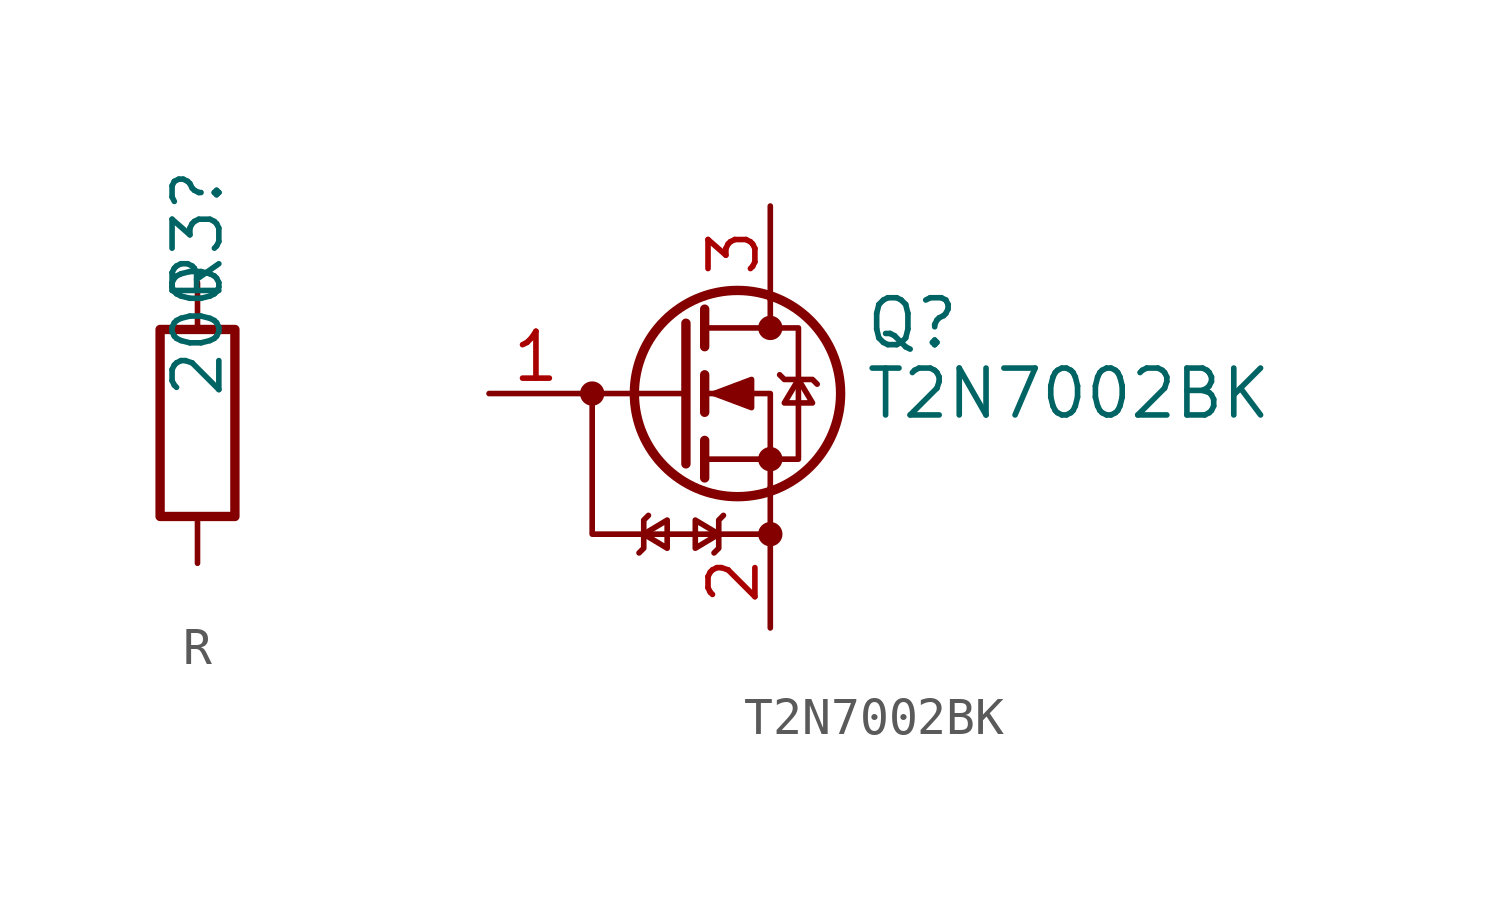
<source format=kicad_sym>
(kicad_symbol_lib
  (version 20231120)
  (generator "kicad_symbol_editor")
  (generator_version "8.0")
  (symbol "R"
    (pin_numbers hide)
    (pin_names
      (offset 0))
    (property "Reference" "R3"
      (at 0 5.08 90)
      (effects (font (size 1.27 1.27))))
    (property "Value" "200"
      (at 0 2.54 90)
      (effects (font (size 1.27 1.27))))
    (symbol "R_0_1"
      (rectangle (start -1.016 -2.54) (end 1.016 2.54) (stroke (width 0.254) (type default)) (fill (type none))))
    (symbol "R_1_1"
      (pin passive line (at 0 3.81 270) (length 1.27) (name "~" (effects (font (size 1.27 1.27)))) (number "1" (effects (font (size 1.27 1.27)))))
      (pin power_out line (at 0 -3.81 90) (length 1.27) (name "~" (effects (font (size 1.27 1.27)))) (number "2" (effects (font (size 1.27 1.27)))))))
  (symbol "T2N7002BK"
    (pin_names
      (offset 0) hide)
    (property "Reference" "Q"
      (at 5.08 1.905 0)
      (effects (font (size 1.27 1.27)) (justify left)))
    (property "Value" "T2N7002BK"
      (at 5.08 0 0)
      (effects (font (size 1.27 1.27)) (justify left)))
    (symbol "T2N7002BK_0_1"
      (polyline (pts (xy 2.54 -3.81) (xy 2.54 -2.54)) (stroke (width 0) (type default)) (fill (type none)))
      (polyline (pts (xy 2.54 -3.81) (xy -2.286 -3.81) (xy -2.286 0)) (stroke (width 0) (type default)) (fill (type none))))
    (symbol "T2N7002BK_1_1"
      (circle (center -2.286 0) (radius 0.254) (stroke (width 0) (type default)) (fill (type outline)))
      (polyline (pts (xy 0.254 0) (xy -2.54 0)) (stroke (width 0) (type default)) (fill (type none)))
      (polyline (pts (xy 0.254 1.905) (xy 0.254 -1.905)) (stroke (width 0.254) (type default)) (fill (type none)))
      (polyline (pts (xy 0.762 -1.27) (xy 0.762 -2.286)) (stroke (width 0.254) (type default)) (fill (type none)))
      (polyline (pts (xy 0.762 0.508) (xy 0.762 -0.508)) (stroke (width 0.254) (type default)) (fill (type none)))
      (polyline (pts (xy 0.762 2.286) (xy 0.762 1.27)) (stroke (width 0.254) (type default)) (fill (type none)))
      (polyline (pts (xy 2.54 2.54) (xy 2.54 1.778)) (stroke (width 0) (type default)) (fill (type none)))
      (polyline (pts (xy 2.54 -2.54) (xy 2.54 0) (xy 0.762 0)) (stroke (width 0) (type default)) (fill (type none)))
      (polyline (pts (xy -1.016 -4.318) (xy -0.889 -4.191) (xy -0.889 -3.429) (xy -0.762 -3.302)) (stroke (width 0) (type default)) (fill (type none)))
      (polyline (pts (xy -0.889 -3.81) (xy -0.254 -4.191) (xy -0.254 -3.429) (xy -0.889 -3.81)) (stroke (width 0) (type default)) (fill (type none)))
      (polyline (pts (xy 0.762 -1.778) (xy 3.302 -1.778) (xy 3.302 1.778) (xy 0.762 1.778)) (stroke (width 0) (type default)) (fill (type none)))
      (polyline (pts (xy 1.016 0) (xy 2.032 0.381) (xy 2.032 -0.381) (xy 1.016 0)) (stroke (width 0) (type default)) (fill (type outline)))
      (polyline (pts (xy 1.143 -3.81) (xy 0.508 -3.429) (xy 0.508 -4.191) (xy 1.143 -3.81)) (stroke (width 0) (type default)) (fill (type none)))
      (polyline (pts (xy 1.27 -3.302) (xy 1.143 -3.429) (xy 1.143 -4.191) (xy 1.016 -4.318)) (stroke (width 0) (type default)) (fill (type none)))
      (polyline (pts (xy 2.794 0.508) (xy 2.921 0.381) (xy 3.683 0.381) (xy 3.81 0.254)) (stroke (width 0) (type default)) (fill (type none)))
      (polyline (pts (xy 3.302 0.381) (xy 2.921 -0.254) (xy 3.683 -0.254) (xy 3.302 0.381)) (stroke (width 0) (type default)) (fill (type none)))
      (circle (center 1.651 0) (radius 2.794) (stroke (width 0.254) (type default)) (fill (type none)))
      (circle (center 2.54 -3.81) (radius 0.254) (stroke (width 0) (type default)) (fill (type outline)))
      (circle (center 2.54 -1.778) (radius 0.254) (stroke (width 0) (type default)) (fill (type outline)))
      (circle (center 2.54 1.778) (radius 0.254) (stroke (width 0) (type default)) (fill (type outline)))
      (pin input line (at -5.08 0 0) (length 2.54) (name "G" (effects (font (size 1.27 1.27)))) (number "1" (effects (font (size 1.27 1.27)))))
      (pin passive line (at 2.54 -6.35 90) (length 2.54) (name "S" (effects (font (size 1.27 1.27)))) (number "2" (effects (font (size 1.27 1.27)))))
      (pin passive line (at 2.54 5.08 270) (length 2.54) (name "D" (effects (font (size 1.27 1.27)))) (number "3" (effects (font (size 1.27 1.27))))))))
</source>
